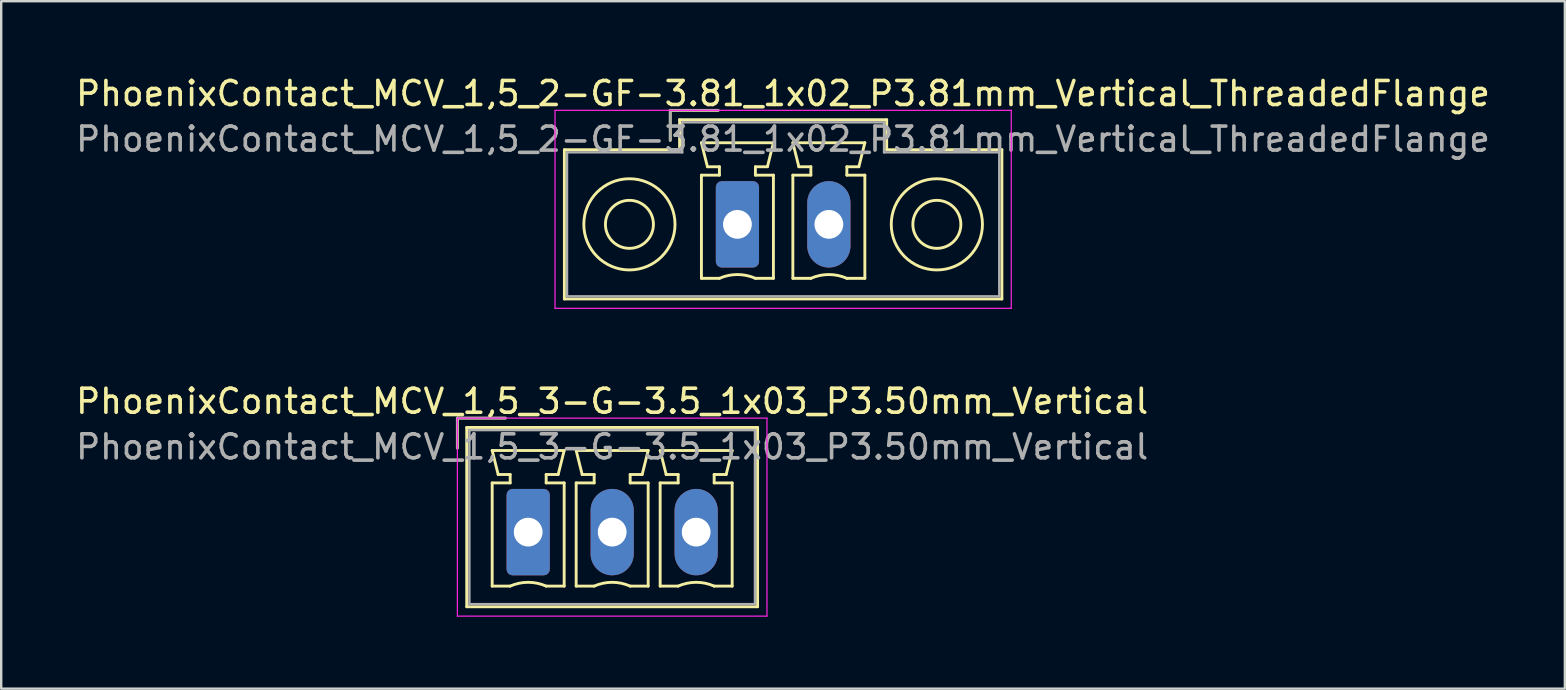
<source format=kicad_pcb>
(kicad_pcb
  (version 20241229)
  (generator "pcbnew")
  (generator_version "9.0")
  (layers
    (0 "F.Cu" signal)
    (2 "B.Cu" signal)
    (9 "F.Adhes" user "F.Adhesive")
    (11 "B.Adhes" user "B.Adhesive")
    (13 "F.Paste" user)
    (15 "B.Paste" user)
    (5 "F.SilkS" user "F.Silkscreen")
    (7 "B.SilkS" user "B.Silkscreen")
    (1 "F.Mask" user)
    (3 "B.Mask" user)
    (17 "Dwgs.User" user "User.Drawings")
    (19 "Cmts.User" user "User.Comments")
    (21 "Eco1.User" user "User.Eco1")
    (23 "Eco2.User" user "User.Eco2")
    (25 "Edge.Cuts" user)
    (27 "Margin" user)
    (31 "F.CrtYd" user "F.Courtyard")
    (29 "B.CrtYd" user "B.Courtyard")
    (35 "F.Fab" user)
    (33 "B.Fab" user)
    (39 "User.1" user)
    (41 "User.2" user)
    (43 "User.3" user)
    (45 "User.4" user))
  (footprint "PhoenixContact_MCV_1,5_3-G-3.5_1x03_P3.50mm_Vertical"
    (layer "F.Cu")
    (at 18.958 19.122)
    (property "Reference" "PhoenixContact_MCV_1,5_3-G-3.5_1x03_P3.50mm_Vertical" (at 3.5 -5.45 0) (layer "F.SilkS") (effects (font (size 1 1) (thickness 0.15))))
    (attr through_hole)
    (fp_line (start -2.95 -4.75) (end -0.95 -4.75) (stroke (width 0.12) (type solid)) (layer "F.SilkS"))
    (fp_line (start -2.95 -3.5) (end -2.95 -4.75) (stroke (width 0.12) (type solid)) (layer "F.SilkS"))
    (fp_line (start -2.56 -4.36) (end -2.56 3.11) (stroke (width 0.12) (type solid)) (layer "F.SilkS"))
    (fp_line (start -2.56 3.11) (end 9.56 3.11) (stroke (width 0.12) (type solid)) (layer "F.SilkS"))
    (fp_line (start -1.5 -3.4) (end 1.5 -3.4) (stroke (width 0.12) (type solid)) (layer "F.SilkS"))
    (fp_line (start -1.5 -2.05) (end -0.75 -2.05) (stroke (width 0.12) (type solid)) (layer "F.SilkS"))
    (fp_line (start -1.5 2.25) (end -1.5 -2.05) (stroke (width 0.12) (type solid)) (layer "F.SilkS"))
    (fp_line (start -1.25 -2.4) (end -1.5 -3.4) (stroke (width 0.12) (type solid)) (layer "F.SilkS"))
    (fp_line (start -0.75 -2.4) (end -1.25 -2.4) (stroke (width 0.12) (type solid)) (layer "F.SilkS"))
    (fp_line (start -0.75 -2.05) (end -0.75 -2.4) (stroke (width 0.12) (type solid)) (layer "F.SilkS"))
    (fp_line (start -0.75 2.25) (end -1.5 2.25) (stroke (width 0.12) (type solid)) (layer "F.SilkS"))
    (fp_line (start 0.75 -2.4) (end 0.75 -2.05) (stroke (width 0.12) (type solid)) (layer "F.SilkS"))
    (fp_line (start 0.75 -2.05) (end 1.5 -2.05) (stroke (width 0.12) (type solid)) (layer "F.SilkS"))
    (fp_line (start 1.25 -2.4) (end 0.75 -2.4) (stroke (width 0.12) (type solid)) (layer "F.SilkS"))
    (fp_line (start 1.5 -3.4) (end 1.25 -2.4) (stroke (width 0.12) (type solid)) (layer "F.SilkS"))
    (fp_line (start 1.5 -2.05) (end 1.5 2.25) (stroke (width 0.12) (type solid)) (layer "F.SilkS"))
    (fp_line (start 1.5 2.25) (end 0.75 2.25) (stroke (width 0.12) (type solid)) (layer "F.SilkS"))
    (fp_line (start 2 -3.4) (end 5 -3.4) (stroke (width 0.12) (type solid)) (layer "F.SilkS"))
    (fp_line (start 2 -2.05) (end 2.75 -2.05) (stroke (width 0.12) (type solid)) (layer "F.SilkS"))
    (fp_line (start 2 2.25) (end 2 -2.05) (stroke (width 0.12) (type solid)) (layer "F.SilkS"))
    (fp_line (start 2.25 -2.4) (end 2 -3.4) (stroke (width 0.12) (type solid)) (layer "F.SilkS"))
    (fp_line (start 2.75 -2.4) (end 2.25 -2.4) (stroke (width 0.12) (type solid)) (layer "F.SilkS"))
    (fp_line (start 2.75 -2.05) (end 2.75 -2.4) (stroke (width 0.12) (type solid)) (layer "F.SilkS"))
    (fp_line (start 2.75 2.25) (end 2 2.25) (stroke (width 0.12) (type solid)) (layer "F.SilkS"))
    (fp_line (start 4.25 -2.4) (end 4.25 -2.05) (stroke (width 0.12) (type solid)) (layer "F.SilkS"))
    (fp_line (start 4.25 -2.05) (end 5 -2.05) (stroke (width 0.12) (type solid)) (layer "F.SilkS"))
    (fp_line (start 4.75 -2.4) (end 4.25 -2.4) (stroke (width 0.12) (type solid)) (layer "F.SilkS"))
    (fp_line (start 5 -3.4) (end 4.75 -2.4) (stroke (width 0.12) (type solid)) (layer "F.SilkS"))
    (fp_line (start 5 -2.05) (end 5 2.25) (stroke (width 0.12) (type solid)) (layer "F.SilkS"))
    (fp_line (start 5 2.25) (end 4.25 2.25) (stroke (width 0.12) (type solid)) (layer "F.SilkS"))
    (fp_line (start 5.5 -3.4) (end 8.5 -3.4) (stroke (width 0.12) (type solid)) (layer "F.SilkS"))
    (fp_line (start 5.5 -2.05) (end 6.25 -2.05) (stroke (width 0.12) (type solid)) (layer "F.SilkS"))
    (fp_line (start 5.5 2.25) (end 5.5 -2.05) (stroke (width 0.12) (type solid)) (layer "F.SilkS"))
    (fp_line (start 5.75 -2.4) (end 5.5 -3.4) (stroke (width 0.12) (type solid)) (layer "F.SilkS"))
    (fp_line (start 6.25 -2.4) (end 5.75 -2.4) (stroke (width 0.12) (type solid)) (layer "F.SilkS"))
    (fp_line (start 6.25 -2.05) (end 6.25 -2.4) (stroke (width 0.12) (type solid)) (layer "F.SilkS"))
    (fp_line (start 6.25 2.25) (end 5.5 2.25) (stroke (width 0.12) (type solid)) (layer "F.SilkS"))
    (fp_line (start 7.75 -2.4) (end 7.75 -2.05) (stroke (width 0.12) (type solid)) (layer "F.SilkS"))
    (fp_line (start 7.75 -2.05) (end 8.5 -2.05) (stroke (width 0.12) (type solid)) (layer "F.SilkS"))
    (fp_line (start 8.25 -2.4) (end 7.75 -2.4) (stroke (width 0.12) (type solid)) (layer "F.SilkS"))
    (fp_line (start 8.5 -3.4) (end 8.25 -2.4) (stroke (width 0.12) (type solid)) (layer "F.SilkS"))
    (fp_line (start 8.5 -2.05) (end 8.5 2.25) (stroke (width 0.12) (type solid)) (layer "F.SilkS"))
    (fp_line (start 8.5 2.25) (end 7.75 2.25) (stroke (width 0.12) (type solid)) (layer "F.SilkS"))
    (fp_line (start 9.56 -4.36) (end -2.56 -4.36) (stroke (width 0.12) (type solid)) (layer "F.SilkS"))
    (fp_line (start 9.56 3.11) (end 9.56 -4.36) (stroke (width 0.12) (type solid)) (layer "F.SilkS"))
    (fp_arc (start -0.75 2.25) (mid -0.000193 2.09191) (end 0.749647 2.249844) (stroke (width 0.12) (type solid)) (layer "F.SilkS"))
    (fp_arc (start 2.75 2.25) (mid 3.499807 2.09191) (end 4.249647 2.249844) (stroke (width 0.12) (type solid)) (layer "F.SilkS"))
    (fp_arc (start 6.25 2.25) (mid 6.999807 2.09191) (end 7.749647 2.249844) (stroke (width 0.12) (type solid)) (layer "F.SilkS"))
    (fp_line (start -2.95 -4.75) (end -2.95 3.5) (stroke (width 0.05) (type solid)) (layer "F.CrtYd"))
    (fp_line (start -2.95 3.5) (end 9.95 3.5) (stroke (width 0.05) (type solid)) (layer "F.CrtYd"))
    (fp_line (start 9.95 -4.75) (end -2.95 -4.75) (stroke (width 0.05) (type solid)) (layer "F.CrtYd"))
    (fp_line (start 9.95 3.5) (end 9.95 -4.75) (stroke (width 0.05) (type solid)) (layer "F.CrtYd"))
    (fp_line (start -2.95 -4.75) (end -0.95 -4.75) (stroke (width 0.1) (type solid)) (layer "F.Fab"))
    (fp_line (start -2.95 -3.5) (end -2.95 -4.75) (stroke (width 0.1) (type solid)) (layer "F.Fab"))
    (fp_line (start -2.45 -4.25) (end -2.45 3) (stroke (width 0.1) (type solid)) (layer "F.Fab"))
    (fp_line (start -2.45 3) (end 9.45 3) (stroke (width 0.1) (type solid)) (layer "F.Fab"))
    (fp_line (start 9.45 -4.25) (end -2.45 -4.25) (stroke (width 0.1) (type solid)) (layer "F.Fab"))
    (fp_line (start 9.45 3) (end 9.45 -4.25) (stroke (width 0.1) (type solid)) (layer "F.Fab"))
    (fp_text user "${REFERENCE}" (at 3.5 -3.55 0) (layer "F.Fab") (effects (font (size 1 1) (thickness 0.15))))
    (pad "1" thru_hole roundrect (at 0 0) (size 1.8 3.6) (drill 1.2) (layers "*.Cu" "*.Mask") (roundrect_rratio 0.139))
    (pad "2" thru_hole oval (at 3.5 0) (size 1.8 3.6) (drill 1.2) (layers "*.Cu" "*.Mask"))
    (pad "3" thru_hole oval (at 7 0) (size 1.8 3.6) (drill 1.2) (layers "*.Cu" "*.Mask")))
  (footprint "PhoenixContact_MCV_1,5_2-GF-3.81_1x02_P3.81mm_Vertical_ThreadedFlange"
    (layer "F.Cu")
    (at 27.677 6.298)
    (property "Reference" "PhoenixContact_MCV_1,5_2-GF-3.81_1x02_P3.81mm_Vertical_ThreadedFlange" (at 1.9 -5.45 0) (layer "F.SilkS") (effects (font (size 1 1) (thickness 0.15))))
    (attr through_hole)
    (fp_line (start -7.21 -3.11) (end -7.21 3.11) (stroke (width 0.12) (type solid)) (layer "F.SilkS"))
    (fp_line (start -7.21 3.11) (end 11.02 3.11) (stroke (width 0.12) (type solid)) (layer "F.SilkS"))
    (fp_line (start -2.8 -4.75) (end -0.8 -4.75) (stroke (width 0.12) (type solid)) (layer "F.SilkS"))
    (fp_line (start -2.8 -3.5) (end -2.8 -4.75) (stroke (width 0.12) (type solid)) (layer "F.SilkS"))
    (fp_line (start -2.41 -4.36) (end -2.41 -3.11) (stroke (width 0.12) (type solid)) (layer "F.SilkS"))
    (fp_line (start -2.41 -3.11) (end -7.21 -3.11) (stroke (width 0.12) (type solid)) (layer "F.SilkS"))
    (fp_line (start -1.5 -3.4) (end 1.5 -3.4) (stroke (width 0.12) (type solid)) (layer "F.SilkS"))
    (fp_line (start -1.5 -2.05) (end -0.75 -2.05) (stroke (width 0.12) (type solid)) (layer "F.SilkS"))
    (fp_line (start -1.5 2.25) (end -1.5 -2.05) (stroke (width 0.12) (type solid)) (layer "F.SilkS"))
    (fp_line (start -1.25 -2.4) (end -1.5 -3.4) (stroke (width 0.12) (type solid)) (layer "F.SilkS"))
    (fp_line (start -0.75 -2.4) (end -1.25 -2.4) (stroke (width 0.12) (type solid)) (layer "F.SilkS"))
    (fp_line (start -0.75 -2.05) (end -0.75 -2.4) (stroke (width 0.12) (type solid)) (layer "F.SilkS"))
    (fp_line (start -0.75 2.25) (end -1.5 2.25) (stroke (width 0.12) (type solid)) (layer "F.SilkS"))
    (fp_line (start 0.75 -2.4) (end 0.75 -2.05) (stroke (width 0.12) (type solid)) (layer "F.SilkS"))
    (fp_line (start 0.75 -2.05) (end 1.5 -2.05) (stroke (width 0.12) (type solid)) (layer "F.SilkS"))
    (fp_line (start 1.25 -2.4) (end 0.75 -2.4) (stroke (width 0.12) (type solid)) (layer "F.SilkS"))
    (fp_line (start 1.5 -3.4) (end 1.25 -2.4) (stroke (width 0.12) (type solid)) (layer "F.SilkS"))
    (fp_line (start 1.5 -2.05) (end 1.5 2.25) (stroke (width 0.12) (type solid)) (layer "F.SilkS"))
    (fp_line (start 1.5 2.25) (end 0.75 2.25) (stroke (width 0.12) (type solid)) (layer "F.SilkS"))
    (fp_line (start 2.31 -3.4) (end 5.31 -3.4) (stroke (width 0.12) (type solid)) (layer "F.SilkS"))
    (fp_line (start 2.31 -2.05) (end 3.06 -2.05) (stroke (width 0.12) (type solid)) (layer "F.SilkS"))
    (fp_line (start 2.31 2.25) (end 2.31 -2.05) (stroke (width 0.12) (type solid)) (layer "F.SilkS"))
    (fp_line (start 2.56 -2.4) (end 2.31 -3.4) (stroke (width 0.12) (type solid)) (layer "F.SilkS"))
    (fp_line (start 3.06 -2.4) (end 2.56 -2.4) (stroke (width 0.12) (type solid)) (layer "F.SilkS"))
    (fp_line (start 3.06 -2.05) (end 3.06 -2.4) (stroke (width 0.12) (type solid)) (layer "F.SilkS"))
    (fp_line (start 3.06 2.25) (end 2.31 2.25) (stroke (width 0.12) (type solid)) (layer "F.SilkS"))
    (fp_line (start 4.56 -2.4) (end 4.56 -2.05) (stroke (width 0.12) (type solid)) (layer "F.SilkS"))
    (fp_line (start 4.56 -2.05) (end 5.31 -2.05) (stroke (width 0.12) (type solid)) (layer "F.SilkS"))
    (fp_line (start 5.06 -2.4) (end 4.56 -2.4) (stroke (width 0.12) (type solid)) (layer "F.SilkS"))
    (fp_line (start 5.31 -3.4) (end 5.06 -2.4) (stroke (width 0.12) (type solid)) (layer "F.SilkS"))
    (fp_line (start 5.31 -2.05) (end 5.31 2.25) (stroke (width 0.12) (type solid)) (layer "F.SilkS"))
    (fp_line (start 5.31 2.25) (end 4.56 2.25) (stroke (width 0.12) (type solid)) (layer "F.SilkS"))
    (fp_line (start 6.22 -4.36) (end -2.41 -4.36) (stroke (width 0.12) (type solid)) (layer "F.SilkS"))
    (fp_line (start 6.22 -3.11) (end 6.22 -4.36) (stroke (width 0.12) (type solid)) (layer "F.SilkS"))
    (fp_line (start 11.02 -3.11) (end 6.22 -3.11) (stroke (width 0.12) (type solid)) (layer "F.SilkS"))
    (fp_line (start 11.02 3.11) (end 11.02 -3.11) (stroke (width 0.12) (type solid)) (layer "F.SilkS"))
    (fp_arc (start -0.75 2.25) (mid -0.000193 2.09191) (end 0.749647 2.249844) (stroke (width 0.12) (type solid)) (layer "F.SilkS"))
    (fp_arc (start 3.06 2.25) (mid 3.809807 2.09191) (end 4.559647 2.249844) (stroke (width 0.12) (type solid)) (layer "F.SilkS"))
    (fp_circle (center -4.5 0) (end -3.5 0) (stroke (width 0.12) (type solid)) (fill no) (layer "F.SilkS"))
    (fp_circle (center -4.5 0) (end -2.6 0) (stroke (width 0.12) (type solid)) (fill no) (layer "F.SilkS"))
    (fp_circle (center 8.31 0) (end 9.31 0) (stroke (width 0.12) (type solid)) (fill no) (layer "F.SilkS"))
    (fp_circle (center 8.31 0) (end 10.21 0) (stroke (width 0.12) (type solid)) (fill no) (layer "F.SilkS"))
    (fp_line (start -7.6 -4.75) (end -7.6 3.5) (stroke (width 0.05) (type solid)) (layer "F.CrtYd"))
    (fp_line (start -7.6 3.5) (end 11.41 3.5) (stroke (width 0.05) (type solid)) (layer "F.CrtYd"))
    (fp_line (start 11.41 -4.75) (end -7.6 -4.75) (stroke (width 0.05) (type solid)) (layer "F.CrtYd"))
    (fp_line (start 11.41 3.5) (end 11.41 -4.75) (stroke (width 0.05) (type solid)) (layer "F.CrtYd"))
    (fp_line (start -7.1 -3) (end -7.1 3) (stroke (width 0.1) (type solid)) (layer "F.Fab"))
    (fp_line (start -7.1 3) (end 10.91 3) (stroke (width 0.1) (type solid)) (layer "F.Fab"))
    (fp_line (start -2.8 -4.75) (end -0.8 -4.75) (stroke (width 0.1) (type solid)) (layer "F.Fab"))
    (fp_line (start -2.8 -3.5) (end -2.8 -4.75) (stroke (width 0.1) (type solid)) (layer "F.Fab"))
    (fp_line (start -2.3 -4.25) (end -2.3 -3) (stroke (width 0.1) (type solid)) (layer "F.Fab"))
    (fp_line (start -2.3 -3) (end -7.1 -3) (stroke (width 0.1) (type solid)) (layer "F.Fab"))
    (fp_line (start 6.11 -4.25) (end -2.3 -4.25) (stroke (width 0.1) (type solid)) (layer "F.Fab"))
    (fp_line (start 6.11 -3) (end 6.11 -4.25) (stroke (width 0.1) (type solid)) (layer "F.Fab"))
    (fp_line (start 10.91 -3) (end 6.11 -3) (stroke (width 0.1) (type solid)) (layer "F.Fab"))
    (fp_line (start 10.91 3) (end 10.91 -3) (stroke (width 0.1) (type solid)) (layer "F.Fab"))
    (fp_text user "${REFERENCE}" (at 1.9 -3.55 0) (layer "F.Fab") (effects (font (size 1 1) (thickness 0.15))))
    (pad "1" thru_hole roundrect (at 0 0) (size 1.8 3.6) (drill 1.2) (layers "*.Cu" "*.Mask") (roundrect_rratio 0.139))
    (pad "2" thru_hole oval (at 3.81 0) (size 1.8 3.6) (drill 1.2) (layers "*.Cu" "*.Mask")))
  (gr_rect
    (start -3 -3)
    (end 62.155 25.646)
    (stroke (width 0.1) (type default))
    (fill no)
    (layer "Edge.Cuts")))
</source>
